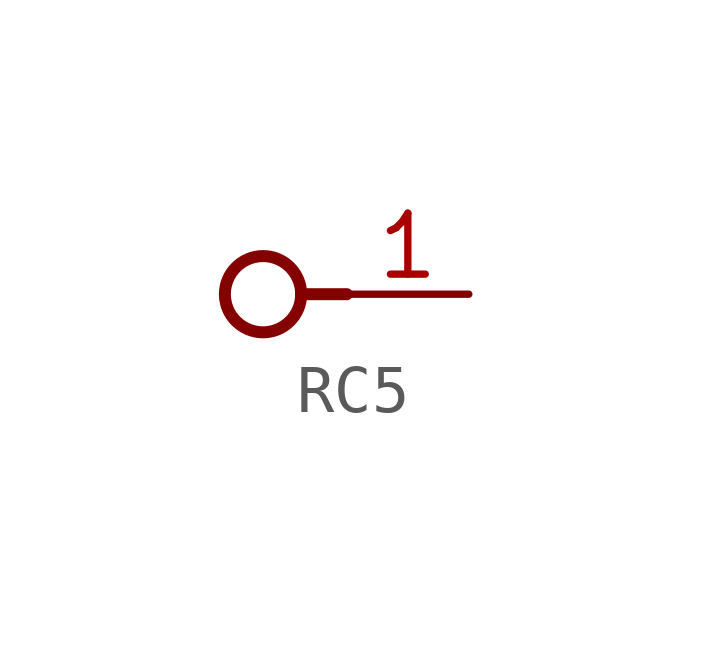
<source format=kicad_sym>
(kicad_symbol_lib
  (version 20231120)
  (generator "kicad_symbol_editor")
  (generator_version "8.0")
  (symbol "RC5"
    (power)
    (property "Reference" "#NetPort"
      (at 0 0 0)
      (effects (font (size 1.27 1.27)) (hide yes)))
    (property "ki_locked" ""
      (at 0 0 0)
      (effects (font (size 1.27 1.27))))
    (symbol "RC5_1_0"
      (circle (center -0.476 0) (radius 0.794) (stroke (width 0.25) (type solid)) (fill (type none)))
      (polyline (pts (xy 1.27 0) (xy 0.317 0)) (stroke (width 0.25) (type solid)) (fill (type none)))
      (pin power_in line (at 3.81 0 180) (length 2.54) (name "1" (effects (font (size 0 0)))) (number "1" (effects (font (size 1.27 1.27))))))))
</source>
